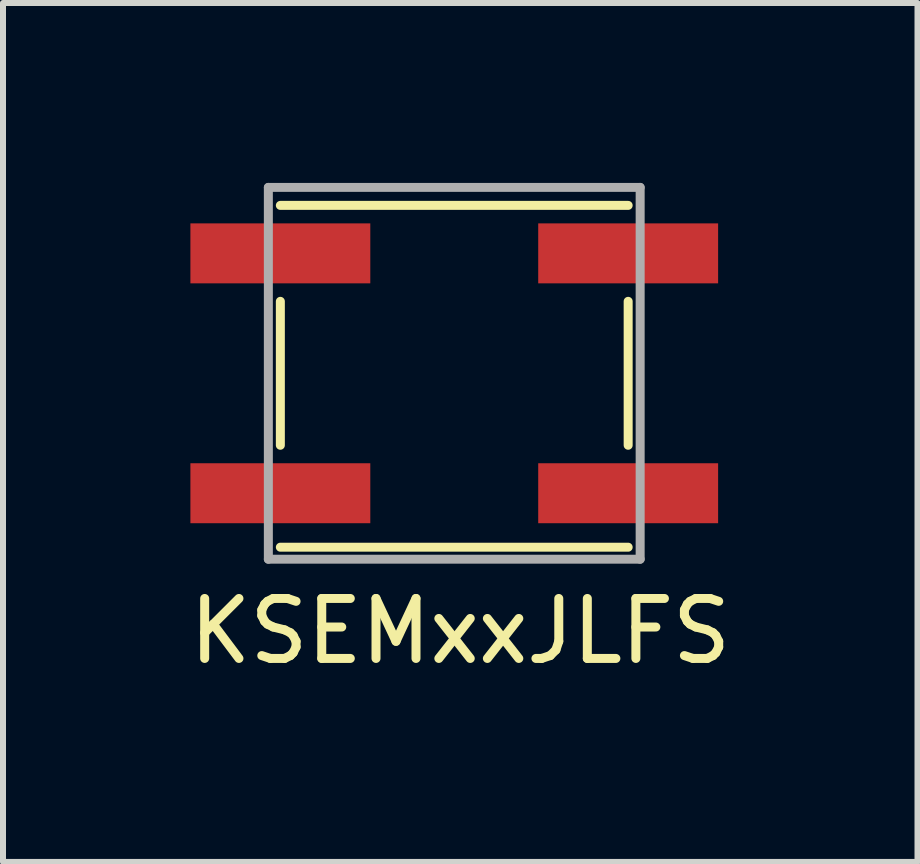
<source format=kicad_pcb>
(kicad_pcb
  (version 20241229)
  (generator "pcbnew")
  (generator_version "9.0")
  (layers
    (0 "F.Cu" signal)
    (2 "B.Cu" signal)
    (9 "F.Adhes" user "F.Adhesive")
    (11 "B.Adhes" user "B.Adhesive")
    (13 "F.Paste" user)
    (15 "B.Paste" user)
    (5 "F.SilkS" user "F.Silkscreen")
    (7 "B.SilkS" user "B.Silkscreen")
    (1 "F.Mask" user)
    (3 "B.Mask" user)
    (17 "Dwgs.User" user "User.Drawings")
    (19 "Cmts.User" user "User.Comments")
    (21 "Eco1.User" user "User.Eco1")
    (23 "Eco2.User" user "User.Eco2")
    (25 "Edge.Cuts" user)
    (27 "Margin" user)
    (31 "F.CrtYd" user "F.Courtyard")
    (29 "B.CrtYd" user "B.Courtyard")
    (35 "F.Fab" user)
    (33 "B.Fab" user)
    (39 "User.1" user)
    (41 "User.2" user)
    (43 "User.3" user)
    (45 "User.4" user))
  (footprint "KSEMxxJLFS"
    (layer "F.Cu")
    (at 4.525 3.175)
    (property "Reference" "KSEMxxJLFS" (at 0.1 4.3 0) (layer "F.SilkS") (effects (font (size 1 1) (thickness 0.15))))
    (attr through_hole)
    (fp_line (start -2.9 -2.8) (end 2.9 -2.8) (stroke (width 0.15) (type solid)) (layer "F.SilkS"))
    (fp_line (start -2.9 -1.2) (end -2.9 1.2) (stroke (width 0.15) (type solid)) (layer "F.SilkS"))
    (fp_line (start -2.9 2.9) (end 2.9 2.9) (stroke (width 0.15) (type solid)) (layer "F.SilkS"))
    (fp_line (start 2.9 -1.2) (end 2.9 1.2) (stroke (width 0.15) (type solid)) (layer "F.SilkS"))
    (fp_line (start -3.1 -3.1) (end 3.1 -3.1) (stroke (width 0.15) (type solid)) (layer "F.Fab"))
    (fp_line (start -3.1 3.1) (end -3.1 -3.1) (stroke (width 0.15) (type solid)) (layer "F.Fab"))
    (fp_line (start 3.1 -3.1) (end 3.1 3.1) (stroke (width 0.15) (type solid)) (layer "F.Fab"))
    (fp_line (start 3.1 3.1) (end -3.1 3.1) (stroke (width 0.15) (type solid)) (layer "F.Fab"))
    (pad "1" smd rect (at -2.9 -2) (size 3 1) (layers "F.Cu" "F.Mask" "F.Paste"))
    (pad "1" smd rect (at 2.9 -2) (size 3 1) (layers "F.Cu" "F.Mask" "F.Paste"))
    (pad "2" smd rect (at -2.9 2) (size 3 1) (layers "F.Cu" "F.Mask" "F.Paste"))
    (pad "2" smd rect (at 2.9 2) (size 3 1) (layers "F.Cu" "F.Mask" "F.Paste")))
  (gr_rect
    (start -3 -3)
    (end 12.25 11.323)
    (stroke (width 0.1) (type default))
    (fill no)
    (layer "Edge.Cuts")))
</source>
